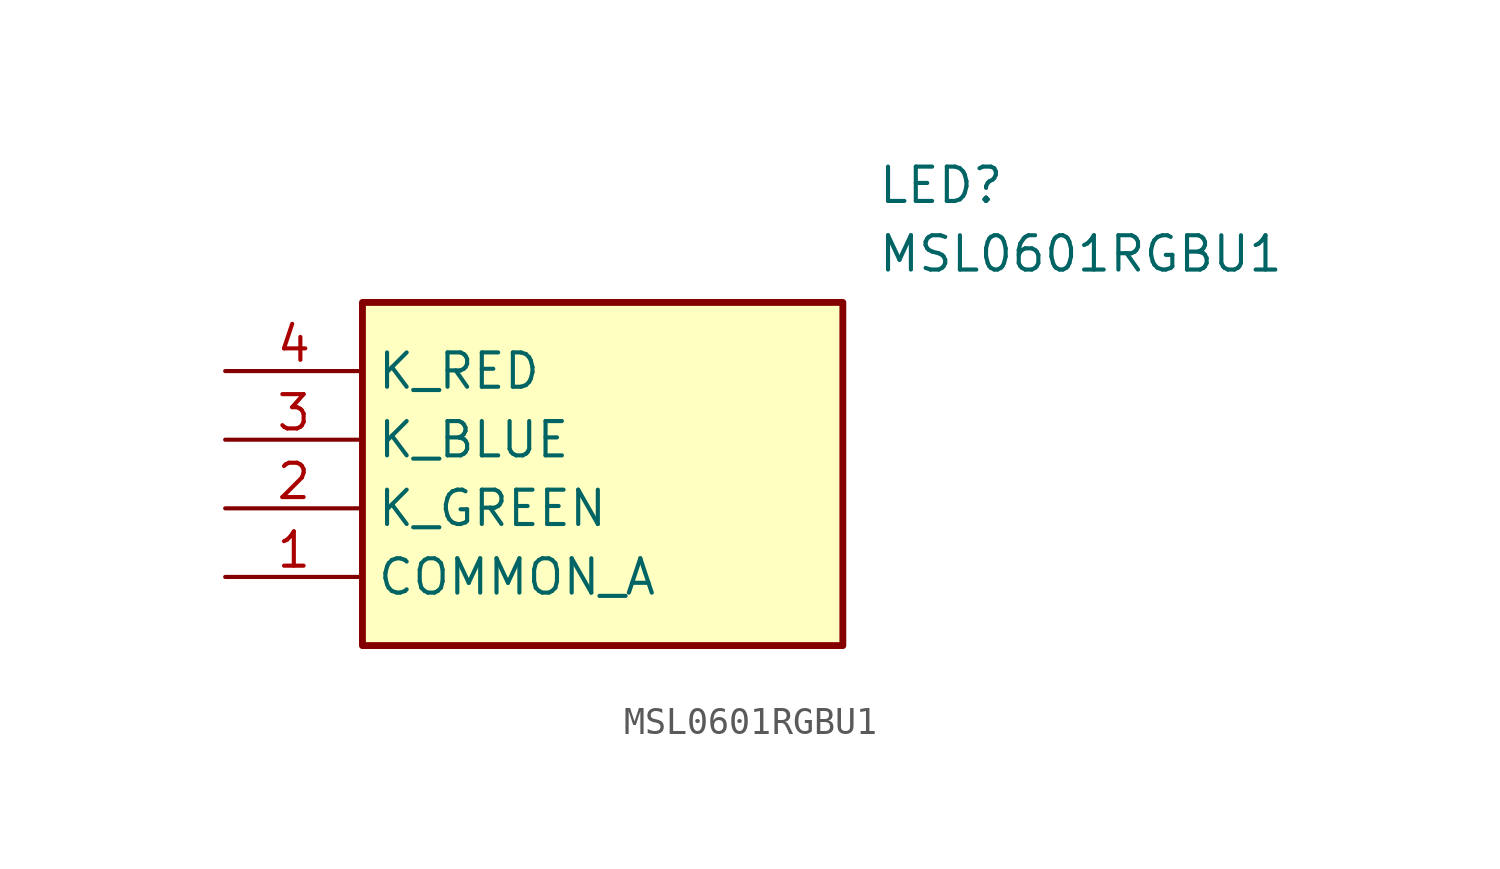
<source format=kicad_sym>
(kicad_symbol_lib
  (version 20211014)
  (generator SamacSys_ECAD_Model)
  (symbol "MSL0601RGBU1"
    (property "Reference" "LED"
      (at 24.13 7.62 0)
      (effects (font (size 1.27 1.27)) (justify left top)))
    (property "Value" "MSL0601RGBU1"
      (at 24.13 5.08 0)
      (effects (font (size 1.27 1.27)) (justify left top)))
    (rectangle
      (start 5.08 2.54)
      (end 22.86 -10.16)
      (stroke (width 0.254) (type default))
      (fill (type background)))
    (pin passive line
      (at 0 -7.62 0)
      (length 5.08)
      (name "COMMON_A" (effects (font (size 1.27 1.27))))
      (number "1" (effects (font (size 1.27 1.27)))))
    (pin passive line
      (at 0 -5.08 0)
      (length 5.08)
      (name "K_GREEN" (effects (font (size 1.27 1.27))))
      (number "2" (effects (font (size 1.27 1.27)))))
    (pin passive line
      (at 0 -2.54 0)
      (length 5.08)
      (name "K_BLUE" (effects (font (size 1.27 1.27))))
      (number "3" (effects (font (size 1.27 1.27)))))
    (pin passive line
      (at 0 0 0)
      (length 5.08)
      (name "K_RED" (effects (font (size 1.27 1.27))))
      (number "4" (effects (font (size 1.27 1.27)))))))
</source>
